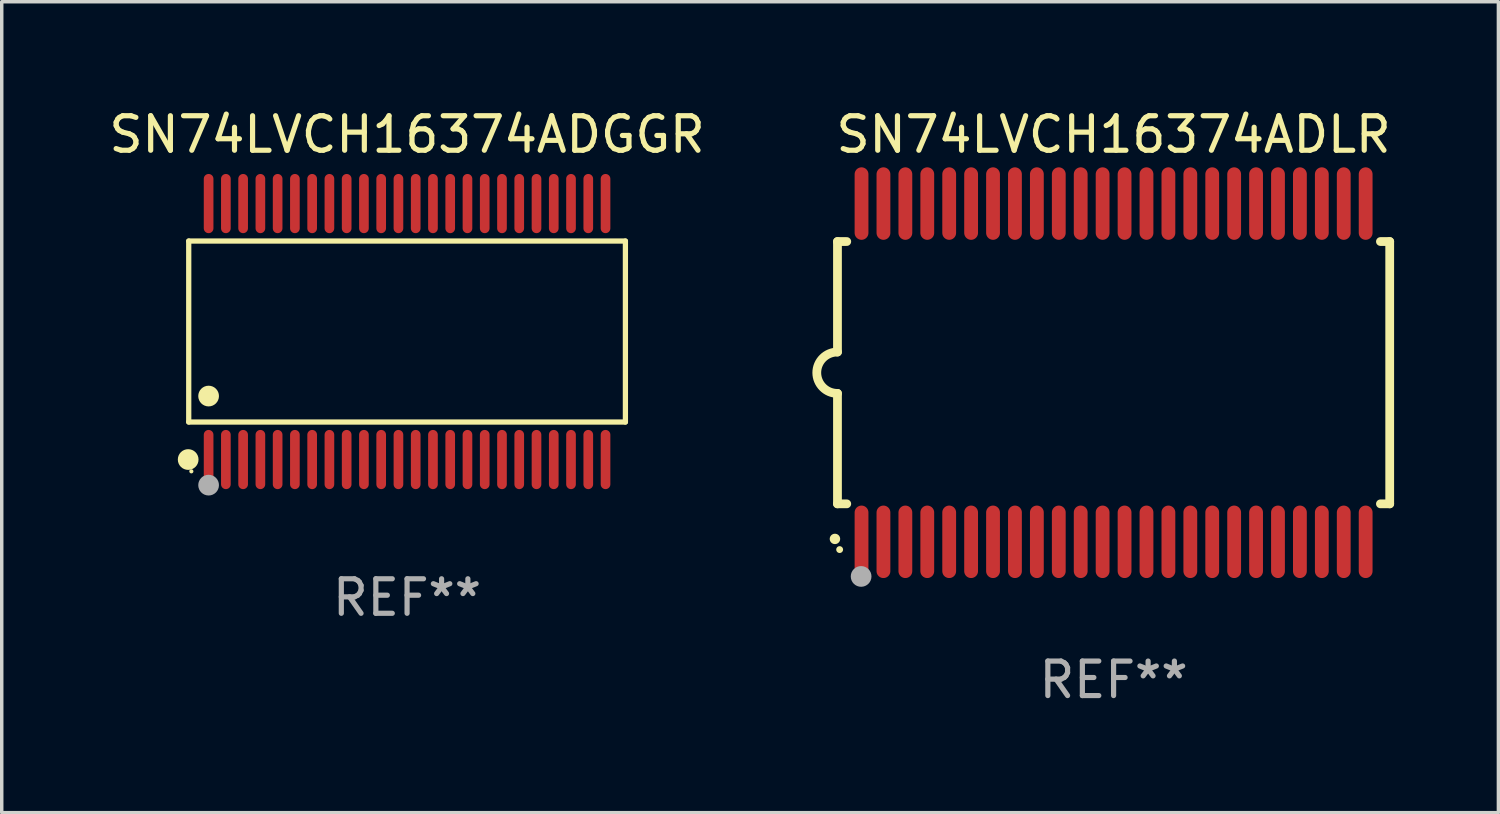
<source format=kicad_pcb>
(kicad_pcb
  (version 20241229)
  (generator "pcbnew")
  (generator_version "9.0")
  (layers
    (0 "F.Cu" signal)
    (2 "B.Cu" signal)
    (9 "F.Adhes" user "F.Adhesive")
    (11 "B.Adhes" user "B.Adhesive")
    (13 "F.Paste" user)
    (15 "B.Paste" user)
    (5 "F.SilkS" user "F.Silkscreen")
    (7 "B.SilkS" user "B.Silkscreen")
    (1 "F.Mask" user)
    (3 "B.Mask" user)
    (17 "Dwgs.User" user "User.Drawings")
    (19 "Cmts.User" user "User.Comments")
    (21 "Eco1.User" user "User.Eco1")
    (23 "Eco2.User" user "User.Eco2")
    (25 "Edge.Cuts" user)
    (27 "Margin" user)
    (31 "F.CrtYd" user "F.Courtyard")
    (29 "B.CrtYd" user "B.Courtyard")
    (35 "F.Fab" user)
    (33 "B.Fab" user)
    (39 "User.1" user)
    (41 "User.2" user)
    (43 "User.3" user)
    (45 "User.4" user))
  (footprint "SN74LVCH16374ADLR"
    (layer "F.Cu")
    (at 29.214 7.748)
    (property "Reference" "SN74LVCH16374ADLR" (at 0 -6.9 0) (layer "F.SilkS") (effects (font (size 1 1) (thickness 0.15))))
    (attr through_hole)
    (fp_line (start -8 -3.8) (end -8 -0.599) (stroke (width 0.254) (type solid)) (layer "F.SilkS"))
    (fp_line (start -8 -3.8) (end -7.731 -3.8) (stroke (width 0.254) (type solid)) (layer "F.SilkS"))
    (fp_line (start -8 3.8) (end -8 0.599) (stroke (width 0.254) (type solid)) (layer "F.SilkS"))
    (fp_line (start -7.731 3.8) (end -8 3.8) (stroke (width 0.254) (type solid)) (layer "F.SilkS"))
    (fp_line (start 7.731 -3.8) (end 8 -3.8) (stroke (width 0.254) (type solid)) (layer "F.SilkS"))
    (fp_line (start 8 -3.8) (end 8 3.8) (stroke (width 0.254) (type solid)) (layer "F.SilkS"))
    (fp_line (start 8 3.8) (end 7.731 3.8) (stroke (width 0.254) (type solid)) (layer "F.SilkS"))
    (fp_arc (start -8.074676 4.81585) (mid -8.073406 4.815845) (end -8.072136 4.81585) (stroke (width 0.3) (type solid)) (layer "F.SilkS"))
    (fp_arc (start -8.000025 0.6) (mid -8.598908 0.00056) (end -8.000027 -0.598882) (stroke (width 0.254001) (type solid)) (layer "F.SilkS"))
    (fp_circle (center -7.937 5.125) (end -7.887 5.125) (stroke (width 0.1) (type solid)) (fill no) (layer "F.SilkS"))
    (fp_circle (center -7.315 5.903) (end -7.165 5.903) (stroke (width 0.3) (type solid)) (fill no) (layer "F.Fab"))
    (fp_text user "REF**" (at 0 8.9 0) (layer "F.Fab") (effects (font (size 1 1) (thickness 0.15))))
    (pad "1" smd oval (at -7.303 4.9) (size 0.4 2.1) (layers "F.Cu" "F.Mask" "F.Paste"))
    (pad "2" smd oval (at -6.668 4.9) (size 0.4 2.1) (layers "F.Cu" "F.Mask" "F.Paste"))
    (pad "3" smd oval (at -6.033 4.9) (size 0.4 2.1) (layers "F.Cu" "F.Mask" "F.Paste"))
    (pad "4" smd oval (at -5.398 4.9) (size 0.4 2.1) (layers "F.Cu" "F.Mask" "F.Paste"))
    (pad "5" smd oval (at -4.763 4.9) (size 0.4 2.1) (layers "F.Cu" "F.Mask" "F.Paste"))
    (pad "6" smd oval (at -4.128 4.9) (size 0.4 2.1) (layers "F.Cu" "F.Mask" "F.Paste"))
    (pad "7" smd oval (at -3.493 4.9) (size 0.4 2.1) (layers "F.Cu" "F.Mask" "F.Paste"))
    (pad "8" smd oval (at -2.858 4.9) (size 0.4 2.1) (layers "F.Cu" "F.Mask" "F.Paste"))
    (pad "9" smd oval (at -2.223 4.9) (size 0.4 2.1) (layers "F.Cu" "F.Mask" "F.Paste"))
    (pad "10" smd oval (at -1.588 4.9) (size 0.4 2.1) (layers "F.Cu" "F.Mask" "F.Paste"))
    (pad "11" smd oval (at -0.953 4.9) (size 0.4 2.1) (layers "F.Cu" "F.Mask" "F.Paste"))
    (pad "12" smd oval (at -0.318 4.9) (size 0.4 2.1) (layers "F.Cu" "F.Mask" "F.Paste"))
    (pad "13" smd oval (at 0.318 4.9) (size 0.4 2.1) (layers "F.Cu" "F.Mask" "F.Paste"))
    (pad "14" smd oval (at 0.953 4.9) (size 0.4 2.1) (layers "F.Cu" "F.Mask" "F.Paste"))
    (pad "15" smd oval (at 1.588 4.9) (size 0.4 2.1) (layers "F.Cu" "F.Mask" "F.Paste"))
    (pad "16" smd oval (at 2.223 4.9) (size 0.4 2.1) (layers "F.Cu" "F.Mask" "F.Paste"))
    (pad "17" smd oval (at 2.858 4.9) (size 0.4 2.1) (layers "F.Cu" "F.Mask" "F.Paste"))
    (pad "18" smd oval (at 3.493 4.9) (size 0.4 2.1) (layers "F.Cu" "F.Mask" "F.Paste"))
    (pad "19" smd oval (at 4.128 4.9) (size 0.4 2.1) (layers "F.Cu" "F.Mask" "F.Paste"))
    (pad "20" smd oval (at 4.763 4.9) (size 0.4 2.1) (layers "F.Cu" "F.Mask" "F.Paste"))
    (pad "21" smd oval (at 5.398 4.9) (size 0.4 2.1) (layers "F.Cu" "F.Mask" "F.Paste"))
    (pad "22" smd oval (at 6.033 4.9) (size 0.4 2.1) (layers "F.Cu" "F.Mask" "F.Paste"))
    (pad "23" smd oval (at 6.668 4.9) (size 0.4 2.1) (layers "F.Cu" "F.Mask" "F.Paste"))
    (pad "24" smd oval (at 7.303 4.9) (size 0.4 2.1) (layers "F.Cu" "F.Mask" "F.Paste"))
    (pad "25" smd oval (at 7.303 -4.9 180) (size 0.4 2.1) (layers "F.Cu" "F.Mask" "F.Paste"))
    (pad "26" smd oval (at 6.668 -4.9 180) (size 0.4 2.1) (layers "F.Cu" "F.Mask" "F.Paste"))
    (pad "27" smd oval (at 6.033 -4.9 180) (size 0.4 2.1) (layers "F.Cu" "F.Mask" "F.Paste"))
    (pad "28" smd oval (at 5.398 -4.9 180) (size 0.4 2.1) (layers "F.Cu" "F.Mask" "F.Paste"))
    (pad "29" smd oval (at 4.763 -4.9 180) (size 0.4 2.1) (layers "F.Cu" "F.Mask" "F.Paste"))
    (pad "30" smd oval (at 4.128 -4.9 180) (size 0.4 2.1) (layers "F.Cu" "F.Mask" "F.Paste"))
    (pad "31" smd oval (at 3.493 -4.9 180) (size 0.4 2.1) (layers "F.Cu" "F.Mask" "F.Paste"))
    (pad "32" smd oval (at 2.858 -4.9 180) (size 0.4 2.1) (layers "F.Cu" "F.Mask" "F.Paste"))
    (pad "33" smd oval (at 2.223 -4.9 180) (size 0.4 2.1) (layers "F.Cu" "F.Mask" "F.Paste"))
    (pad "34" smd oval (at 1.588 -4.9 180) (size 0.4 2.1) (layers "F.Cu" "F.Mask" "F.Paste"))
    (pad "35" smd oval (at 0.953 -4.9 180) (size 0.4 2.1) (layers "F.Cu" "F.Mask" "F.Paste"))
    (pad "36" smd oval (at 0.318 -4.9 180) (size 0.4 2.1) (layers "F.Cu" "F.Mask" "F.Paste"))
    (pad "37" smd oval (at -0.318 -4.9 180) (size 0.4 2.1) (layers "F.Cu" "F.Mask" "F.Paste"))
    (pad "38" smd oval (at -0.953 -4.9 180) (size 0.4 2.1) (layers "F.Cu" "F.Mask" "F.Paste"))
    (pad "39" smd oval (at -1.588 -4.9 180) (size 0.4 2.1) (layers "F.Cu" "F.Mask" "F.Paste"))
    (pad "40" smd oval (at -2.223 -4.9 180) (size 0.4 2.1) (layers "F.Cu" "F.Mask" "F.Paste"))
    (pad "41" smd oval (at -2.858 -4.9 180) (size 0.4 2.1) (layers "F.Cu" "F.Mask" "F.Paste"))
    (pad "42" smd oval (at -3.493 -4.9 180) (size 0.4 2.1) (layers "F.Cu" "F.Mask" "F.Paste"))
    (pad "43" smd oval (at -4.128 -4.9 180) (size 0.4 2.1) (layers "F.Cu" "F.Mask" "F.Paste"))
    (pad "44" smd oval (at -4.763 -4.9 180) (size 0.4 2.1) (layers "F.Cu" "F.Mask" "F.Paste"))
    (pad "45" smd oval (at -5.398 -4.9 180) (size 0.4 2.1) (layers "F.Cu" "F.Mask" "F.Paste"))
    (pad "46" smd oval (at -6.033 -4.9 180) (size 0.4 2.1) (layers "F.Cu" "F.Mask" "F.Paste"))
    (pad "47" smd oval (at -6.668 -4.9 180) (size 0.4 2.1) (layers "F.Cu" "F.Mask" "F.Paste"))
    (pad "48" smd oval (at -7.303 -4.9 180) (size 0.4 2.1) (layers "F.Cu" "F.Mask" "F.Paste")))
  (footprint "SN74LVCH16374ADGGR"
    (layer "F.Cu")
    (at 8.744 6.556)
    (property "Reference" "SN74LVCH16374ADGGR" (at 0 -5.708 0) (layer "F.SilkS") (effects (font (size 1 1) (thickness 0.15))))
    (attr through_hole)
    (fp_line (start -6.326 -2.622) (end 6.326 -2.622) (stroke (width 0.152) (type solid)) (layer "F.SilkS"))
    (fp_line (start -6.326 2.621) (end -6.326 -2.622) (stroke (width 0.152) (type solid)) (layer "F.SilkS"))
    (fp_line (start 6.326 -2.622) (end 6.326 2.621) (stroke (width 0.152) (type solid)) (layer "F.SilkS"))
    (fp_line (start 6.326 2.621) (end -6.326 2.621) (stroke (width 0.152) (type solid)) (layer "F.SilkS"))
    (fp_circle (center -6.342 3.708) (end -6.192 3.708) (stroke (width 0.3) (type solid)) (fill no) (layer "F.SilkS"))
    (fp_circle (center -6.25 4.05) (end -6.22 4.05) (stroke (width 0.06) (type solid)) (fill no) (layer "F.SilkS"))
    (fp_circle (center -5.75 1.869) (end -5.6 1.869) (stroke (width 0.3) (type solid)) (fill no) (layer "F.SilkS"))
    (fp_circle (center -5.75 4.45) (end -5.6 4.45) (stroke (width 0.3) (type solid)) (fill no) (layer "F.Fab"))
    (fp_text user "REF**" (at 0 7.708 0) (layer "F.Fab") (effects (font (size 1 1) (thickness 0.15))))
    (pad "1" smd oval (at -5.75 3.708) (size 0.28 1.715) (layers "F.Cu" "F.Mask" "F.Paste"))
    (pad "2" smd oval (at -5.25 3.708) (size 0.28 1.715) (layers "F.Cu" "F.Mask" "F.Paste"))
    (pad "3" smd oval (at -4.75 3.708) (size 0.28 1.715) (layers "F.Cu" "F.Mask" "F.Paste"))
    (pad "4" smd oval (at -4.25 3.708) (size 0.28 1.715) (layers "F.Cu" "F.Mask" "F.Paste"))
    (pad "5" smd oval (at -3.75 3.708) (size 0.28 1.715) (layers "F.Cu" "F.Mask" "F.Paste"))
    (pad "6" smd oval (at -3.25 3.708) (size 0.28 1.715) (layers "F.Cu" "F.Mask" "F.Paste"))
    (pad "7" smd oval (at -2.75 3.708) (size 0.28 1.715) (layers "F.Cu" "F.Mask" "F.Paste"))
    (pad "8" smd oval (at -2.25 3.708) (size 0.28 1.715) (layers "F.Cu" "F.Mask" "F.Paste"))
    (pad "9" smd oval (at -1.75 3.708) (size 0.28 1.715) (layers "F.Cu" "F.Mask" "F.Paste"))
    (pad "10" smd oval (at -1.25 3.708) (size 0.28 1.715) (layers "F.Cu" "F.Mask" "F.Paste"))
    (pad "11" smd oval (at -0.75 3.708) (size 0.28 1.715) (layers "F.Cu" "F.Mask" "F.Paste"))
    (pad "12" smd oval (at -0.25 3.708) (size 0.28 1.715) (layers "F.Cu" "F.Mask" "F.Paste"))
    (pad "13" smd oval (at 0.25 3.708) (size 0.28 1.715) (layers "F.Cu" "F.Mask" "F.Paste"))
    (pad "14" smd oval (at 0.75 3.708) (size 0.28 1.715) (layers "F.Cu" "F.Mask" "F.Paste"))
    (pad "15" smd oval (at 1.25 3.708) (size 0.28 1.715) (layers "F.Cu" "F.Mask" "F.Paste"))
    (pad "16" smd oval (at 1.75 3.708) (size 0.28 1.715) (layers "F.Cu" "F.Mask" "F.Paste"))
    (pad "17" smd oval (at 2.25 3.708) (size 0.28 1.715) (layers "F.Cu" "F.Mask" "F.Paste"))
    (pad "18" smd oval (at 2.75 3.708) (size 0.28 1.715) (layers "F.Cu" "F.Mask" "F.Paste"))
    (pad "19" smd oval (at 3.25 3.708) (size 0.28 1.715) (layers "F.Cu" "F.Mask" "F.Paste"))
    (pad "20" smd oval (at 3.75 3.708) (size 0.28 1.715) (layers "F.Cu" "F.Mask" "F.Paste"))
    (pad "21" smd oval (at 4.25 3.708) (size 0.28 1.715) (layers "F.Cu" "F.Mask" "F.Paste"))
    (pad "22" smd oval (at 4.75 3.708) (size 0.28 1.715) (layers "F.Cu" "F.Mask" "F.Paste"))
    (pad "23" smd oval (at 5.25 3.708) (size 0.28 1.715) (layers "F.Cu" "F.Mask" "F.Paste"))
    (pad "24" smd oval (at 5.75 3.708) (size 0.28 1.715) (layers "F.Cu" "F.Mask" "F.Paste"))
    (pad "25" smd oval (at 5.75 -3.708) (size 0.28 1.715) (layers "F.Cu" "F.Mask" "F.Paste"))
    (pad "26" smd oval (at 5.25 -3.708) (size 0.28 1.715) (layers "F.Cu" "F.Mask" "F.Paste"))
    (pad "27" smd oval (at 4.75 -3.708) (size 0.28 1.715) (layers "F.Cu" "F.Mask" "F.Paste"))
    (pad "28" smd oval (at 4.25 -3.708) (size 0.28 1.715) (layers "F.Cu" "F.Mask" "F.Paste"))
    (pad "29" smd oval (at 3.75 -3.708) (size 0.28 1.715) (layers "F.Cu" "F.Mask" "F.Paste"))
    (pad "30" smd oval (at 3.25 -3.708) (size 0.28 1.715) (layers "F.Cu" "F.Mask" "F.Paste"))
    (pad "31" smd oval (at 2.75 -3.708) (size 0.28 1.715) (layers "F.Cu" "F.Mask" "F.Paste"))
    (pad "32" smd oval (at 2.25 -3.708) (size 0.28 1.715) (layers "F.Cu" "F.Mask" "F.Paste"))
    (pad "33" smd oval (at 1.75 -3.708) (size 0.28 1.715) (layers "F.Cu" "F.Mask" "F.Paste"))
    (pad "34" smd oval (at 1.25 -3.708) (size 0.28 1.715) (layers "F.Cu" "F.Mask" "F.Paste"))
    (pad "35" smd oval (at 0.75 -3.708) (size 0.28 1.715) (layers "F.Cu" "F.Mask" "F.Paste"))
    (pad "36" smd oval (at 0.25 -3.708) (size 0.28 1.715) (layers "F.Cu" "F.Mask" "F.Paste"))
    (pad "37" smd oval (at -0.25 -3.708) (size 0.28 1.715) (layers "F.Cu" "F.Mask" "F.Paste"))
    (pad "38" smd oval (at -0.75 -3.708) (size 0.28 1.715) (layers "F.Cu" "F.Mask" "F.Paste"))
    (pad "39" smd oval (at -1.25 -3.708) (size 0.28 1.715) (layers "F.Cu" "F.Mask" "F.Paste"))
    (pad "40" smd oval (at -1.75 -3.708) (size 0.28 1.715) (layers "F.Cu" "F.Mask" "F.Paste"))
    (pad "41" smd oval (at -2.25 -3.708) (size 0.28 1.715) (layers "F.Cu" "F.Mask" "F.Paste"))
    (pad "42" smd oval (at -2.75 -3.708) (size 0.28 1.715) (layers "F.Cu" "F.Mask" "F.Paste"))
    (pad "43" smd oval (at -3.25 -3.708) (size 0.28 1.715) (layers "F.Cu" "F.Mask" "F.Paste"))
    (pad "44" smd oval (at -3.75 -3.708) (size 0.28 1.715) (layers "F.Cu" "F.Mask" "F.Paste"))
    (pad "45" smd oval (at -4.25 -3.708) (size 0.28 1.715) (layers "F.Cu" "F.Mask" "F.Paste"))
    (pad "46" smd oval (at -4.75 -3.708) (size 0.28 1.715) (layers "F.Cu" "F.Mask" "F.Paste"))
    (pad "47" smd oval (at -5.25 -3.708) (size 0.28 1.715) (layers "F.Cu" "F.Mask" "F.Paste"))
    (pad "48" smd oval (at -5.75 -3.708) (size 0.28 1.715) (layers "F.Cu" "F.Mask" "F.Paste")))
  (gr_rect
    (start -3 -3)
    (end 40.363 20.496)
    (stroke (width 0.1) (type default))
    (fill no)
    (layer "Edge.Cuts")))
</source>
